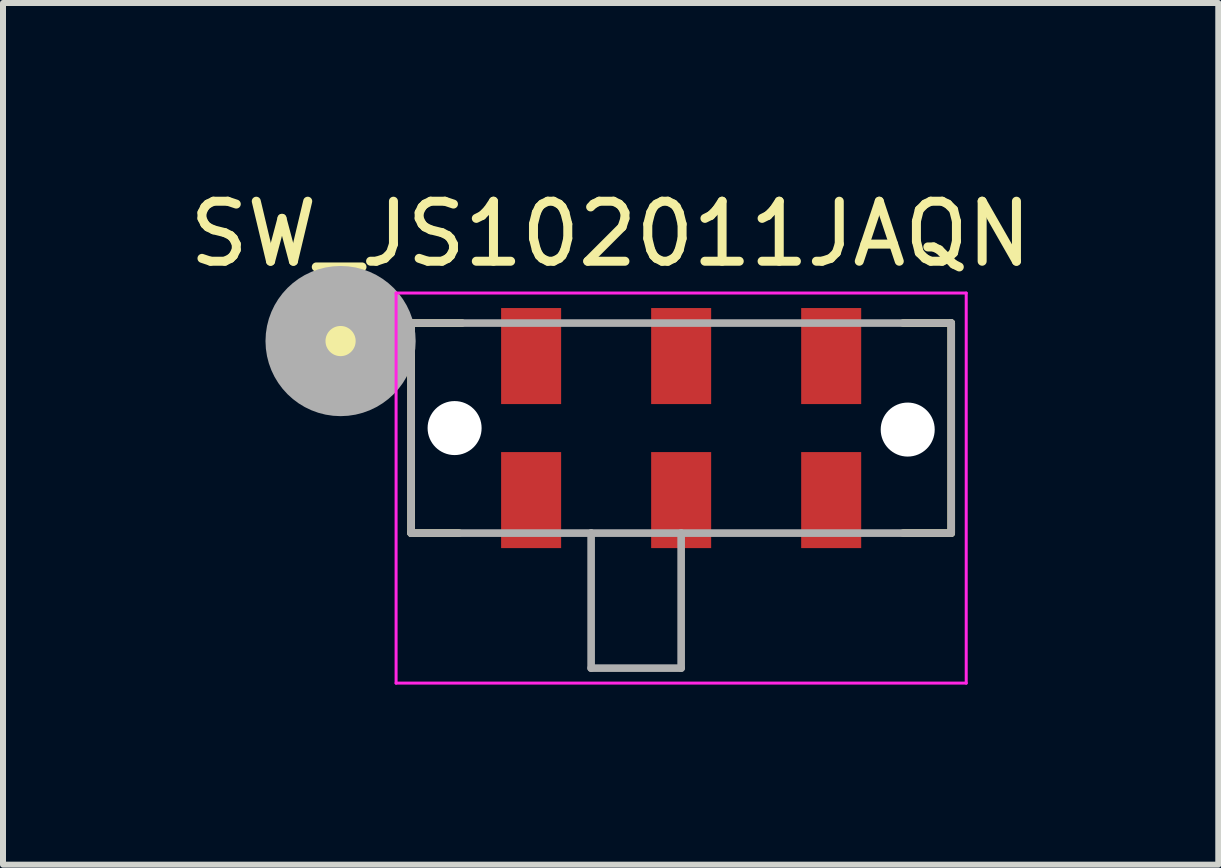
<source format=kicad_pcb>
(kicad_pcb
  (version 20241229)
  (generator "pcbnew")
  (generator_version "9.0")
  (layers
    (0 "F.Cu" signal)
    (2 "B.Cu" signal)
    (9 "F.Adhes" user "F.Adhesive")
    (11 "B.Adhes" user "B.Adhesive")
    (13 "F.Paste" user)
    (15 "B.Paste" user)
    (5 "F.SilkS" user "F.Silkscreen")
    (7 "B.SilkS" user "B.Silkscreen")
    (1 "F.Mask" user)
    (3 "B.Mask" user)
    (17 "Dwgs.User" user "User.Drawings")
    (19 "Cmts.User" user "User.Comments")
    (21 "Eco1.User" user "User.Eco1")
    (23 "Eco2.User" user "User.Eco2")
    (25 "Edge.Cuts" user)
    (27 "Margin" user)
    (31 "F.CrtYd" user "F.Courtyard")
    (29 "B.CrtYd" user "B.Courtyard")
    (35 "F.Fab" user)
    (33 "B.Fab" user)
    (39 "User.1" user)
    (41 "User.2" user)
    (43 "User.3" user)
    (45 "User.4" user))
  (footprint "SW_JS102011JAQN"
    (layer "F.Cu")
    (at 8.3 4.083)
    (property "Reference" "SW_JS102011JAQN" (at -1.175 -3.235 0) (layer "F.SilkS") (effects (font (size 1 1) (thickness 0.15))))
    (attr smd)
    (fp_line (start -4.5 -1.75) (end -4.5 1.75) (stroke (width 0.127) (type solid)) (layer "F.SilkS"))
    (fp_line (start -4.5 1.75) (end -3.7 1.75) (stroke (width 0.127) (type solid)) (layer "F.SilkS"))
    (fp_line (start -3.65 -1.75) (end -4.5 -1.75) (stroke (width 0.127) (type solid)) (layer "F.SilkS"))
    (fp_line (start 3.7 -1.75) (end 4.5 -1.75) (stroke (width 0.127) (type solid)) (layer "F.SilkS"))
    (fp_line (start 4.5 -1.75) (end 4.5 1.75) (stroke (width 0.127) (type solid)) (layer "F.SilkS"))
    (fp_line (start 4.5 1.75) (end 3.7 1.75) (stroke (width 0.127) (type solid)) (layer "F.SilkS"))
    (fp_circle (center -5.676 -1.475) (end -5.751 -1.225) (stroke (width 1) (type solid)) (fill yes) (layer "F.SilkS"))
    (fp_line (start -4.75 -2.25) (end 4.75 -2.25) (stroke (width 0.05) (type solid)) (layer "F.CrtYd"))
    (fp_line (start -4.75 4.25) (end -4.75 -2.25) (stroke (width 0.05) (type solid)) (layer "F.CrtYd"))
    (fp_line (start 4.75 -2.25) (end 4.75 4.25) (stroke (width 0.05) (type solid)) (layer "F.CrtYd"))
    (fp_line (start 4.75 4.25) (end -4.75 4.25) (stroke (width 0.05) (type solid)) (layer "F.CrtYd"))
    (fp_line (start -4.5 -1.75) (end 4.5 -1.75) (stroke (width 0.127) (type solid)) (layer "F.Fab"))
    (fp_line (start -4.5 1.75) (end -4.5 -1.75) (stroke (width 0.127) (type solid)) (layer "F.Fab"))
    (fp_line (start -1.5 1.75) (end -4.5 1.75) (stroke (width 0.127) (type solid)) (layer "F.Fab"))
    (fp_line (start -1.5 1.75) (end -1.5 4) (stroke (width 0.127) (type solid)) (layer "F.Fab"))
    (fp_line (start -1.5 4) (end 0 4) (stroke (width 0.127) (type solid)) (layer "F.Fab"))
    (fp_line (start 0 1.75) (end -1.5 1.75) (stroke (width 0.127) (type solid)) (layer "F.Fab"))
    (fp_line (start 0 4) (end 0 1.75) (stroke (width 0.127) (type solid)) (layer "F.Fab"))
    (fp_line (start 4.5 -1.75) (end 4.5 1.75) (stroke (width 0.127) (type solid)) (layer "F.Fab"))
    (fp_line (start 4.5 1.75) (end 0 1.75) (stroke (width 0.127) (type solid)) (layer "F.Fab"))
    (fp_circle (center -5.675 -1.45) (end -5.425 -1.475) (stroke (width 1) (type solid)) (fill no) (layer "F.Fab"))
    (pad "" np_thru_hole circle (at -3.775 0) (size 0.9 0.9) (drill 0.9) (layers "*.Cu"))
    (pad "" np_thru_hole circle (at 3.775 0.025) (size 0.9 0.9) (drill 0.9) (layers "*.Cu" "*.Mask"))
    (pad "1" smd rect (at -2.5 -1.2) (size 1 1.6) (layers "F.Cu" "F.Mask" "F.Paste"))
    (pad "1.1" smd rect (at -2.5 1.2) (size 1 1.6) (layers "F.Cu" "F.Mask" "F.Paste"))
    (pad "2" smd rect (at 0 -1.2) (size 1 1.6) (layers "F.Cu" "F.Mask" "F.Paste"))
    (pad "2.1" smd rect (at 0 1.2) (size 1 1.6) (layers "F.Cu" "F.Mask" "F.Paste"))
    (pad "3" smd rect (at 2.5 -1.2) (size 1 1.6) (layers "F.Cu" "F.Mask" "F.Paste"))
    (pad "3.1" smd rect (at 2.5 1.2) (size 1 1.6) (layers "F.Cu" "F.Mask" "F.Paste")))
  (gr_rect
    (start -3 -3)
    (end 17.25 11.358)
    (stroke (width 0.1) (type default))
    (fill no)
    (layer "Edge.Cuts")))
</source>
